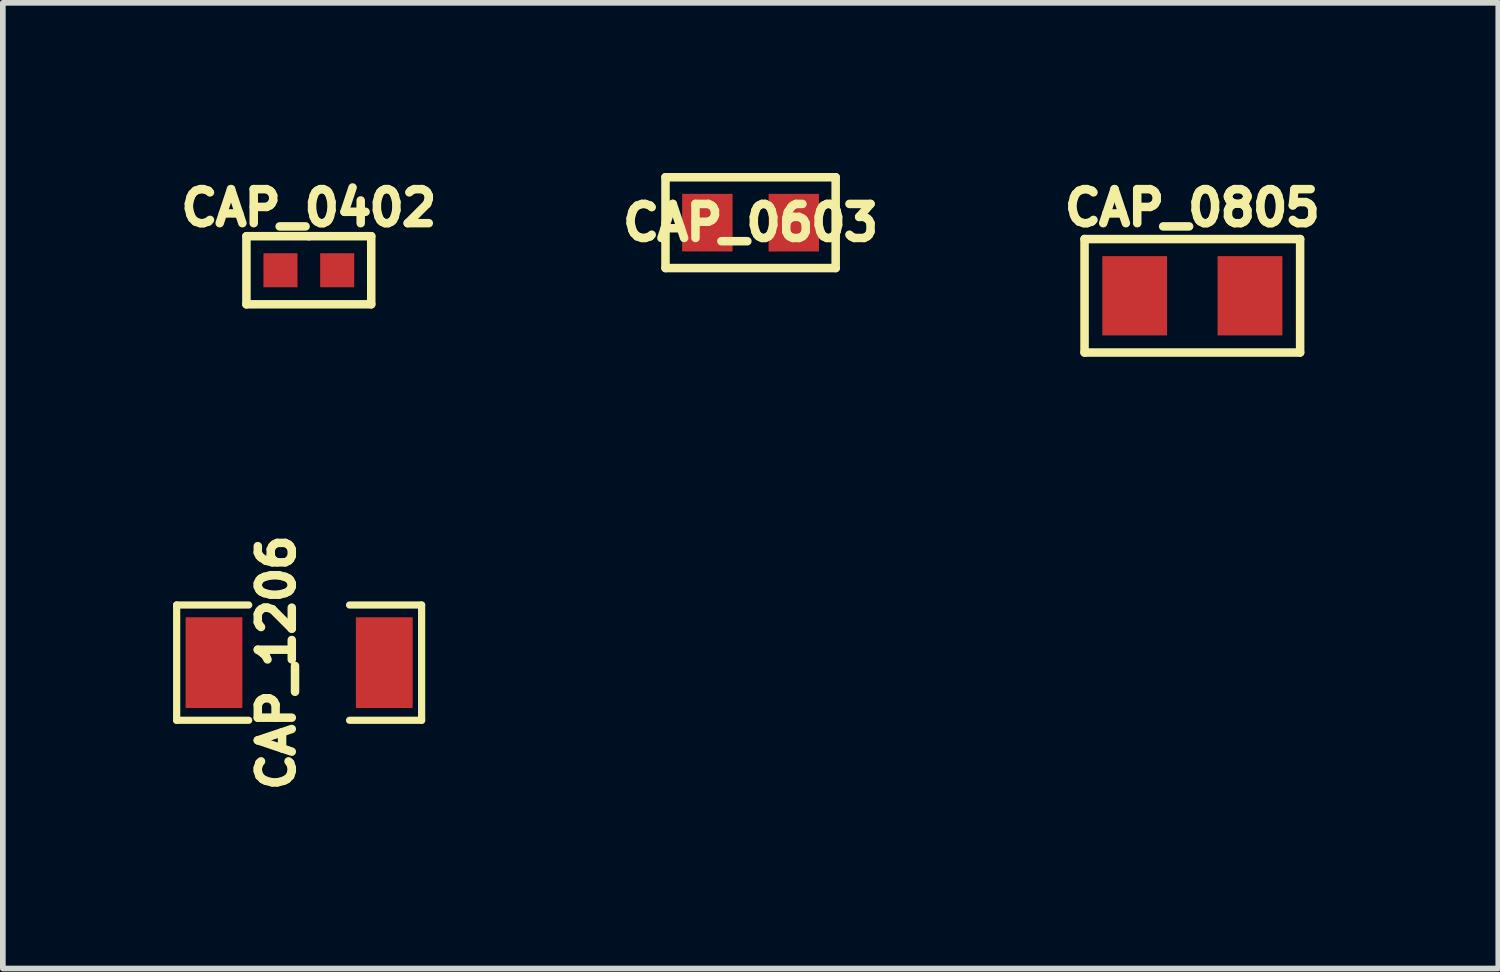
<source format=kicad_pcb>
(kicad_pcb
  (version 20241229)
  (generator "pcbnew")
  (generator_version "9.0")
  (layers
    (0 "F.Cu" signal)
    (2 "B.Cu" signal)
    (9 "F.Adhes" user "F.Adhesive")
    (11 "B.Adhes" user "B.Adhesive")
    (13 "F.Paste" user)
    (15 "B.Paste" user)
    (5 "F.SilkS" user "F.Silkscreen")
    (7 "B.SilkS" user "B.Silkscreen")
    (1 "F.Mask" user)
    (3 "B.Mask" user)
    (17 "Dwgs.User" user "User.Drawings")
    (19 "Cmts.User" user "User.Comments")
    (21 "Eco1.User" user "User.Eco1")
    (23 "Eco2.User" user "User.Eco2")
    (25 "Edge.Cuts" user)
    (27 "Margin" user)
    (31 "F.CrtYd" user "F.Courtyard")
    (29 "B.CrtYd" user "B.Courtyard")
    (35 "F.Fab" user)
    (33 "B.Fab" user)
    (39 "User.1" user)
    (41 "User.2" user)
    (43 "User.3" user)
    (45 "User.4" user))
  (footprint "CAP_0402"
    (layer "F.Cu")
    (at 2.394 1.714)
    (property "Reference" "CAP_0402" (at 0 -1.1 0) (layer "F.SilkS") (effects (font (size 0.6 0.6) (thickness 0.15))))
    (attr smd)
    (fp_line (start -1.1 -0.6) (end 0 -0.6) (stroke (width 0.15) (type solid)) (layer "F.SilkS"))
    (fp_line (start -1.1 0.6) (end -1.1 -0.6) (stroke (width 0.15) (type solid)) (layer "F.SilkS"))
    (fp_line (start 0 -0.6) (end 1.1 -0.6) (stroke (width 0.15) (type solid)) (layer "F.SilkS"))
    (fp_line (start 1.1 -0.6) (end 1.1 0.6) (stroke (width 0.15) (type solid)) (layer "F.SilkS"))
    (fp_line (start 1.1 0.6) (end -1.1 0.6) (stroke (width 0.15) (type solid)) (layer "F.SilkS"))
    (pad "1" smd rect (at -0.5 0) (size 0.6 0.6) (layers "F.Cu" "F.Mask" "F.Paste"))
    (pad "2" smd rect (at 0.5 0) (size 0.6 0.6) (layers "F.Cu" "F.Mask" "F.Paste")))
  (footprint "CAP_1206"
    (layer "F.Cu")
    (at 2.223 8.631)
    (property "Reference" "CAP_1206" (at -0.399 0 270) (layer "F.SilkS") (effects (font (size 0.599 0.599) (thickness 0.15))))
    (attr smd)
    (fp_line (start -2.159 -1.016) (end -2.159 1.016) (stroke (width 0.127) (type solid)) (layer "F.SilkS"))
    (fp_line (start -2.159 1.016) (end -0.889 1.016) (stroke (width 0.127) (type solid)) (layer "F.SilkS"))
    (fp_line (start -0.889 -1.016) (end -2.159 -1.016) (stroke (width 0.127) (type solid)) (layer "F.SilkS"))
    (fp_line (start 0.889 -1.016) (end 2.159 -1.016) (stroke (width 0.127) (type solid)) (layer "F.SilkS"))
    (fp_line (start 2.159 -1.016) (end 2.159 1.016) (stroke (width 0.127) (type solid)) (layer "F.SilkS"))
    (fp_line (start 2.159 1.016) (end 0.889 1.016) (stroke (width 0.127) (type solid)) (layer "F.SilkS"))
    (pad "1" smd rect (at -1.501 0) (size 1.001 1.6) (layers "F.Cu" "F.Mask" "F.Paste"))
    (pad "2" smd rect (at 1.501 0) (size 1.001 1.6) (layers "F.Cu" "F.Mask" "F.Paste")))
  (footprint "CAP_0805"
    (layer "F.Cu")
    (at 17.968 2.164)
    (property "Reference" "CAP_0805" (at 0 -1.55 0) (layer "F.SilkS") (effects (font (size 0.6 0.6) (thickness 0.15))))
    (attr smd)
    (fp_line (start -1.9 -1) (end 1.9 -1) (stroke (width 0.15) (type solid)) (layer "F.SilkS"))
    (fp_line (start -1.9 1) (end -1.9 -1) (stroke (width 0.15) (type solid)) (layer "F.SilkS"))
    (fp_line (start 1.9 -1) (end 1.9 1) (stroke (width 0.15) (type solid)) (layer "F.SilkS"))
    (fp_line (start 1.9 1) (end -1.9 1) (stroke (width 0.15) (type solid)) (layer "F.SilkS"))
    (pad "1" smd rect (at -1.016 0) (size 1.143 1.397) (layers "F.Cu" "F.Mask" "F.Paste"))
    (pad "2" smd rect (at 1.016 0) (size 1.143 1.397) (layers "F.Cu" "F.Mask" "F.Paste")))
  (footprint "CAP_0603"
    (layer "F.Cu")
    (at 10.181 0.875)
    (property "Reference" "CAP_0603" (at 0 0 0) (layer "F.SilkS") (effects (font (size 0.6 0.6) (thickness 0.15))))
    (attr smd)
    (fp_line (start -1.5 -0.8) (end 1.5 -0.8) (stroke (width 0.15) (type solid)) (layer "F.SilkS"))
    (fp_line (start -1.5 0) (end -1.5 -0.8) (stroke (width 0.15) (type solid)) (layer "F.SilkS"))
    (fp_line (start -1.5 0.8) (end -1.5 0) (stroke (width 0.15) (type solid)) (layer "F.SilkS"))
    (fp_line (start 1.5 -0.8) (end 1.5 0.8) (stroke (width 0.15) (type solid)) (layer "F.SilkS"))
    (fp_line (start 1.5 0.8) (end -1.5 0.8) (stroke (width 0.15) (type solid)) (layer "F.SilkS"))
    (pad "1" smd rect (at -0.762 0) (size 0.889 1.016) (layers "F.Cu" "F.Mask" "F.Paste"))
    (pad "2" smd rect (at 0.762 0) (size 0.889 1.016) (layers "F.Cu" "F.Mask" "F.Paste")))
  (gr_rect
    (start -3 -3)
    (end 23.361 14.022)
    (stroke (width 0.1) (type default))
    (fill no)
    (layer "Edge.Cuts")))
</source>
